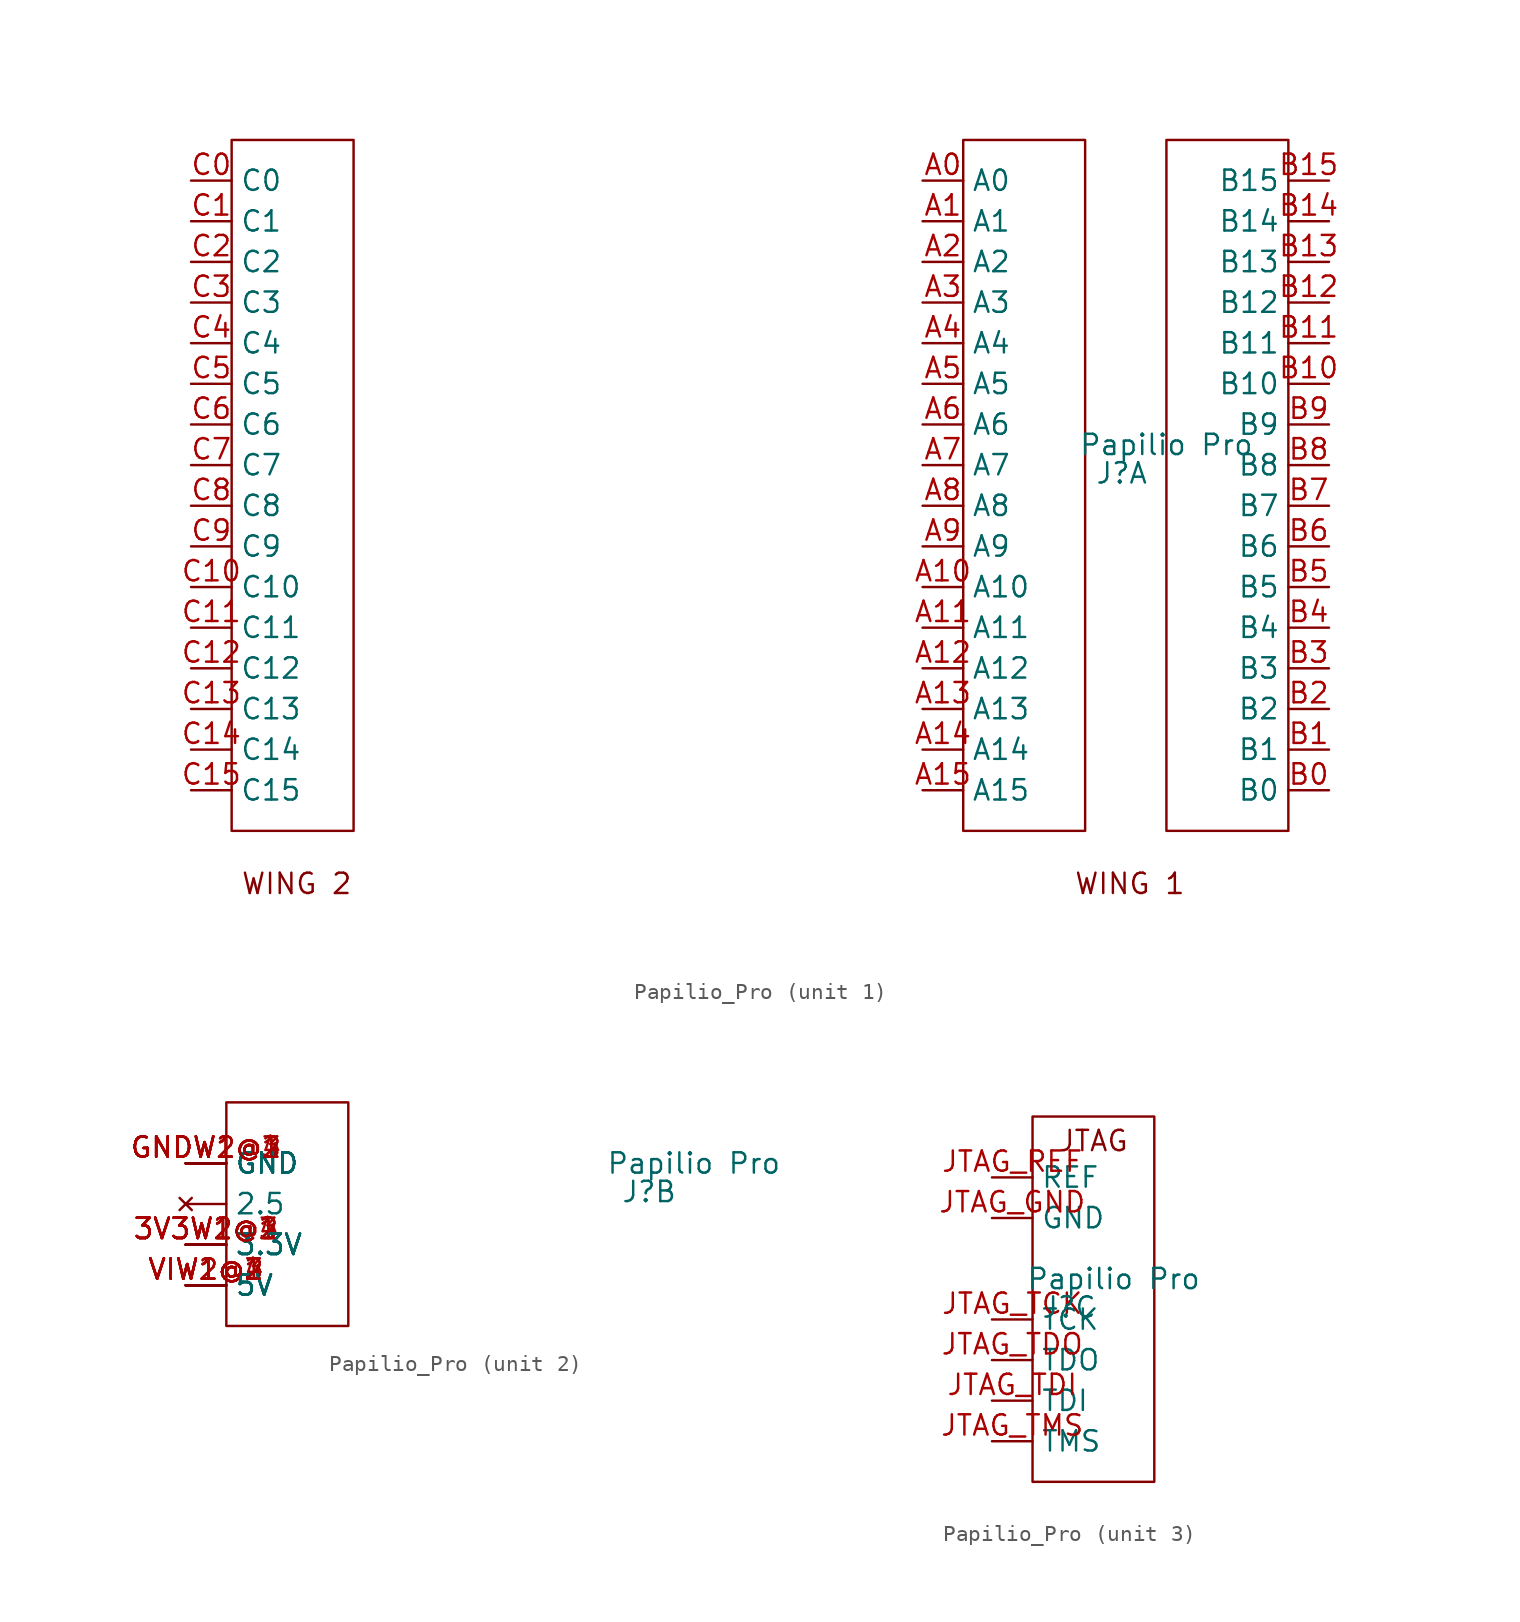
<source format=kicad_sym>
(kicad_symbol_lib
  (version 20231120)
  (generator "kicad_symbol_editor")
  (generator_version "8.0")
  (symbol "Papilio_Pro"
    (property "Reference" "J"
      (at -1.524 0.762 0)
      (effects (font (size 1.27 1.27))))
    (property "Value" "Papilio Pro"
      (at 1.27 2.54 0)
      (effects (font (size 1.27 1.27))))
    (property "ki_locked" ""
      (at 0 0 0)
      (effects (font (size 1.27 1.27))))
    (symbol "Papilio_Pro_1_1"
      (rectangle (start -57.15 21.59) (end -49.53 -21.59) (stroke (width 0) (type default)) (fill (type none)))
      (rectangle (start -11.43 21.59) (end -3.81 -21.59) (stroke (width 0) (type default)) (fill (type none)))
      (rectangle (start 8.89 -21.59) (end 1.27 21.59) (stroke (width 0) (type default)) (fill (type none)))
      (text "WING 1" (at -1.016 -24.892 0) (effects (font (size 1.27 1.27))))
      (text "WING 2" (at -53.086 -24.892 0) (effects (font (size 1.27 1.27))))
      (pin input line (at -13.97 19.05 0) (length 2.54) (name "A0" (effects (font (size 1.27 1.27)))) (number "A0" (effects (font (size 1.27 1.27)))))
      (pin input line (at -13.97 16.51 0) (length 2.54) (name "A1" (effects (font (size 1.27 1.27)))) (number "A1" (effects (font (size 1.27 1.27)))))
      (pin input line (at -13.97 -6.35 0) (length 2.54) (name "A10" (effects (font (size 1.27 1.27)))) (number "A10" (effects (font (size 1.27 1.27)))))
      (pin input line (at -13.97 -8.89 0) (length 2.54) (name "A11" (effects (font (size 1.27 1.27)))) (number "A11" (effects (font (size 1.27 1.27)))))
      (pin input line (at -13.97 -11.43 0) (length 2.54) (name "A12" (effects (font (size 1.27 1.27)))) (number "A12" (effects (font (size 1.27 1.27)))))
      (pin input line (at -13.97 -13.97 0) (length 2.54) (name "A13" (effects (font (size 1.27 1.27)))) (number "A13" (effects (font (size 1.27 1.27)))))
      (pin input line (at -13.97 -16.51 0) (length 2.54) (name "A14" (effects (font (size 1.27 1.27)))) (number "A14" (effects (font (size 1.27 1.27)))))
      (pin input line (at -13.97 -19.05 0) (length 2.54) (name "A15" (effects (font (size 1.27 1.27)))) (number "A15" (effects (font (size 1.27 1.27)))))
      (pin input line (at -13.97 13.97 0) (length 2.54) (name "A2" (effects (font (size 1.27 1.27)))) (number "A2" (effects (font (size 1.27 1.27)))))
      (pin input line (at -13.97 11.43 0) (length 2.54) (name "A3" (effects (font (size 1.27 1.27)))) (number "A3" (effects (font (size 1.27 1.27)))))
      (pin input line (at -13.97 8.89 0) (length 2.54) (name "A4" (effects (font (size 1.27 1.27)))) (number "A4" (effects (font (size 1.27 1.27)))))
      (pin input line (at -13.97 6.35 0) (length 2.54) (name "A5" (effects (font (size 1.27 1.27)))) (number "A5" (effects (font (size 1.27 1.27)))))
      (pin input line (at -13.97 3.81 0) (length 2.54) (name "A6" (effects (font (size 1.27 1.27)))) (number "A6" (effects (font (size 1.27 1.27)))))
      (pin input line (at -13.97 1.27 0) (length 2.54) (name "A7" (effects (font (size 1.27 1.27)))) (number "A7" (effects (font (size 1.27 1.27)))))
      (pin input line (at -13.97 -1.27 0) (length 2.54) (name "A8" (effects (font (size 1.27 1.27)))) (number "A8" (effects (font (size 1.27 1.27)))))
      (pin input line (at -13.97 -3.81 0) (length 2.54) (name "A9" (effects (font (size 1.27 1.27)))) (number "A9" (effects (font (size 1.27 1.27)))))
      (pin input line (at 11.43 -19.05 180) (length 2.54) (name "B0" (effects (font (size 1.27 1.27)))) (number "B0" (effects (font (size 1.27 1.27)))))
      (pin input line (at 11.43 -16.51 180) (length 2.54) (name "B1" (effects (font (size 1.27 1.27)))) (number "B1" (effects (font (size 1.27 1.27)))))
      (pin input line (at 11.43 6.35 180) (length 2.54) (name "B10" (effects (font (size 1.27 1.27)))) (number "B10" (effects (font (size 1.27 1.27)))))
      (pin input line (at 11.43 8.89 180) (length 2.54) (name "B11" (effects (font (size 1.27 1.27)))) (number "B11" (effects (font (size 1.27 1.27)))))
      (pin input line (at 11.43 11.43 180) (length 2.54) (name "B12" (effects (font (size 1.27 1.27)))) (number "B12" (effects (font (size 1.27 1.27)))))
      (pin input line (at 11.43 13.97 180) (length 2.54) (name "B13" (effects (font (size 1.27 1.27)))) (number "B13" (effects (font (size 1.27 1.27)))))
      (pin input line (at 11.43 16.51 180) (length 2.54) (name "B14" (effects (font (size 1.27 1.27)))) (number "B14" (effects (font (size 1.27 1.27)))))
      (pin input line (at 11.43 19.05 180) (length 2.54) (name "B15" (effects (font (size 1.27 1.27)))) (number "B15" (effects (font (size 1.27 1.27)))))
      (pin input line (at 11.43 -13.97 180) (length 2.54) (name "B2" (effects (font (size 1.27 1.27)))) (number "B2" (effects (font (size 1.27 1.27)))))
      (pin input line (at 11.43 -11.43 180) (length 2.54) (name "B3" (effects (font (size 1.27 1.27)))) (number "B3" (effects (font (size 1.27 1.27)))))
      (pin input line (at 11.43 -8.89 180) (length 2.54) (name "B4" (effects (font (size 1.27 1.27)))) (number "B4" (effects (font (size 1.27 1.27)))))
      (pin input line (at 11.43 -6.35 180) (length 2.54) (name "B5" (effects (font (size 1.27 1.27)))) (number "B5" (effects (font (size 1.27 1.27)))))
      (pin input line (at 11.43 -3.81 180) (length 2.54) (name "B6" (effects (font (size 1.27 1.27)))) (number "B6" (effects (font (size 1.27 1.27)))))
      (pin input line (at 11.43 -1.27 180) (length 2.54) (name "B7" (effects (font (size 1.27 1.27)))) (number "B7" (effects (font (size 1.27 1.27)))))
      (pin input line (at 11.43 1.27 180) (length 2.54) (name "B8" (effects (font (size 1.27 1.27)))) (number "B8" (effects (font (size 1.27 1.27)))))
      (pin input line (at 11.43 3.81 180) (length 2.54) (name "B9" (effects (font (size 1.27 1.27)))) (number "B9" (effects (font (size 1.27 1.27)))))
      (pin input line (at -59.69 19.05 0) (length 2.54) (name "C0" (effects (font (size 1.27 1.27)))) (number "C0" (effects (font (size 1.27 1.27)))))
      (pin input line (at -59.69 16.51 0) (length 2.54) (name "C1" (effects (font (size 1.27 1.27)))) (number "C1" (effects (font (size 1.27 1.27)))))
      (pin input line (at -59.69 -6.35 0) (length 2.54) (name "C10" (effects (font (size 1.27 1.27)))) (number "C10" (effects (font (size 1.27 1.27)))))
      (pin input line (at -59.69 -8.89 0) (length 2.54) (name "C11" (effects (font (size 1.27 1.27)))) (number "C11" (effects (font (size 1.27 1.27)))))
      (pin input line (at -59.69 -11.43 0) (length 2.54) (name "C12" (effects (font (size 1.27 1.27)))) (number "C12" (effects (font (size 1.27 1.27)))))
      (pin input line (at -59.69 -13.97 0) (length 2.54) (name "C13" (effects (font (size 1.27 1.27)))) (number "C13" (effects (font (size 1.27 1.27)))))
      (pin input line (at -59.69 -16.51 0) (length 2.54) (name "C14" (effects (font (size 1.27 1.27)))) (number "C14" (effects (font (size 1.27 1.27)))))
      (pin input line (at -59.69 -19.05 0) (length 2.54) (name "C15" (effects (font (size 1.27 1.27)))) (number "C15" (effects (font (size 1.27 1.27)))))
      (pin input line (at -59.69 13.97 0) (length 2.54) (name "C2" (effects (font (size 1.27 1.27)))) (number "C2" (effects (font (size 1.27 1.27)))))
      (pin input line (at -59.69 11.43 0) (length 2.54) (name "C3" (effects (font (size 1.27 1.27)))) (number "C3" (effects (font (size 1.27 1.27)))))
      (pin input line (at -59.69 8.89 0) (length 2.54) (name "C4" (effects (font (size 1.27 1.27)))) (number "C4" (effects (font (size 1.27 1.27)))))
      (pin input line (at -59.69 6.35 0) (length 2.54) (name "C5" (effects (font (size 1.27 1.27)))) (number "C5" (effects (font (size 1.27 1.27)))))
      (pin input line (at -59.69 3.81 0) (length 2.54) (name "C6" (effects (font (size 1.27 1.27)))) (number "C6" (effects (font (size 1.27 1.27)))))
      (pin input line (at -59.69 1.27 0) (length 2.54) (name "C7" (effects (font (size 1.27 1.27)))) (number "C7" (effects (font (size 1.27 1.27)))))
      (pin input line (at -59.69 -1.27 0) (length 2.54) (name "C8" (effects (font (size 1.27 1.27)))) (number "C8" (effects (font (size 1.27 1.27)))))
      (pin input line (at -59.69 -3.81 0) (length 2.54) (name "C9" (effects (font (size 1.27 1.27)))) (number "C9" (effects (font (size 1.27 1.27))))))
    (symbol "Papilio_Pro_2_1"
      (rectangle (start -27.94 6.35) (end -20.32 -7.62) (stroke (width 0) (type default)) (fill (type none)))
      (pin no_connect line (at -30.48 0 0) (length 2.54) (name "2.5" (effects (font (size 1.27 1.27)))) (number "" (effects (font (size 1.27 1.27)))))
      (pin power_in line (at -30.48 -2.54 0) (length 2.54) (name "3.3V" (effects (font (size 1.27 1.27)))) (number "3V3W1@1" (effects (font (size 1.27 1.27)))))
      (pin power_in line (at -30.48 -2.54 0) (length 2.54) (name "3.3V" (effects (font (size 1.27 1.27)))) (number "3V3W1@2" (effects (font (size 1.27 1.27)))))
      (pin power_in line (at -30.48 -2.54 0) (length 2.54) (name "3.3V" (effects (font (size 1.27 1.27)))) (number "3V3W1@3" (effects (font (size 1.27 1.27)))))
      (pin power_in line (at -30.48 -2.54 0) (length 2.54) (name "3.3V" (effects (font (size 1.27 1.27)))) (number "3V3W1@4" (effects (font (size 1.27 1.27)))))
      (pin power_in line (at -30.48 -2.54 0) (length 2.54) (name "3.3V" (effects (font (size 1.27 1.27)))) (number "3V3W2@1" (effects (font (size 1.27 1.27)))))
      (pin power_in line (at -30.48 -2.54 0) (length 2.54) (name "3.3V" (effects (font (size 1.27 1.27)))) (number "3V3W2@2" (effects (font (size 1.27 1.27)))))
      (pin input line (at -30.48 2.54 0) (length 2.54) (name "GND" (effects (font (size 1.27 1.27)))) (number "GNDW1@1" (effects (font (size 1.27 1.27)))))
      (pin input line (at -30.48 2.54 0) (length 2.54) (name "GND" (effects (font (size 1.27 1.27)))) (number "GNDW1@2" (effects (font (size 1.27 1.27)))))
      (pin input line (at -30.48 2.54 0) (length 2.54) (name "GND" (effects (font (size 1.27 1.27)))) (number "GNDW1@3" (effects (font (size 1.27 1.27)))))
      (pin input line (at -30.48 2.54 0) (length 2.54) (name "GND" (effects (font (size 1.27 1.27)))) (number "GNDW1@4" (effects (font (size 1.27 1.27)))))
      (pin input line (at -30.48 2.54 0) (length 2.54) (name "GND" (effects (font (size 1.27 1.27)))) (number "GNDW2@1" (effects (font (size 1.27 1.27)))))
      (pin input line (at -30.48 2.54 0) (length 2.54) (name "GND" (effects (font (size 1.27 1.27)))) (number "GNDW2@2" (effects (font (size 1.27 1.27)))))
      (pin power_in line (at -30.48 -5.08 0) (length 2.54) (name "5V" (effects (font (size 1.27 1.27)))) (number "VIW1@1" (effects (font (size 1.27 1.27)))))
      (pin power_in line (at -30.48 -5.08 0) (length 2.54) (name "5V" (effects (font (size 1.27 1.27)))) (number "VIW1@2" (effects (font (size 1.27 1.27)))))
      (pin power_in line (at -30.48 -5.08 0) (length 2.54) (name "5V" (effects (font (size 1.27 1.27)))) (number "VIW1@3" (effects (font (size 1.27 1.27)))))
      (pin power_in line (at -30.48 -5.08 0) (length 2.54) (name "5V" (effects (font (size 1.27 1.27)))) (number "VIW1@4" (effects (font (size 1.27 1.27)))))
      (pin power_in line (at -30.48 -5.08 0) (length 2.54) (name "5V" (effects (font (size 1.27 1.27)))) (number "VIW2@1" (effects (font (size 1.27 1.27)))))
      (pin power_in line (at -30.48 -5.08 0) (length 2.54) (name "5V" (effects (font (size 1.27 1.27)))) (number "VIW2@2" (effects (font (size 1.27 1.27))))))
    (symbol "Papilio_Pro_3_1"
      (rectangle (start -3.81 12.7) (end 3.81 -10.16) (stroke (width 0) (type default)) (fill (type none)))
      (text "JTAG" (at 0 11.176 0) (effects (font (size 1.27 1.27))))
      (pin power_in line (at -6.35 6.35 0) (length 2.54) (name "GND" (effects (font (size 1.27 1.27)))) (number "JTAG_GND" (effects (font (size 1.27 1.27)))))
      (pin power_in line (at -6.35 8.89 0) (length 2.54) (name "REF" (effects (font (size 1.27 1.27)))) (number "JTAG_REF" (effects (font (size 1.27 1.27)))))
      (pin bidirectional line (at -6.35 0 0) (length 2.54) (name "TCK" (effects (font (size 1.27 1.27)))) (number "JTAG_TCK" (effects (font (size 1.27 1.27)))))
      (pin bidirectional line (at -6.35 -5.08 0) (length 2.54) (name "TDI" (effects (font (size 1.27 1.27)))) (number "JTAG_TDI" (effects (font (size 1.27 1.27)))))
      (pin bidirectional line (at -6.35 -2.54 0) (length 2.54) (name "TDO" (effects (font (size 1.27 1.27)))) (number "JTAG_TDO" (effects (font (size 1.27 1.27)))))
      (pin bidirectional line (at -6.35 -7.62 0) (length 2.54) (name "TMS" (effects (font (size 1.27 1.27)))) (number "JTAG_TMS" (effects (font (size 1.27 1.27))))))))
</source>
